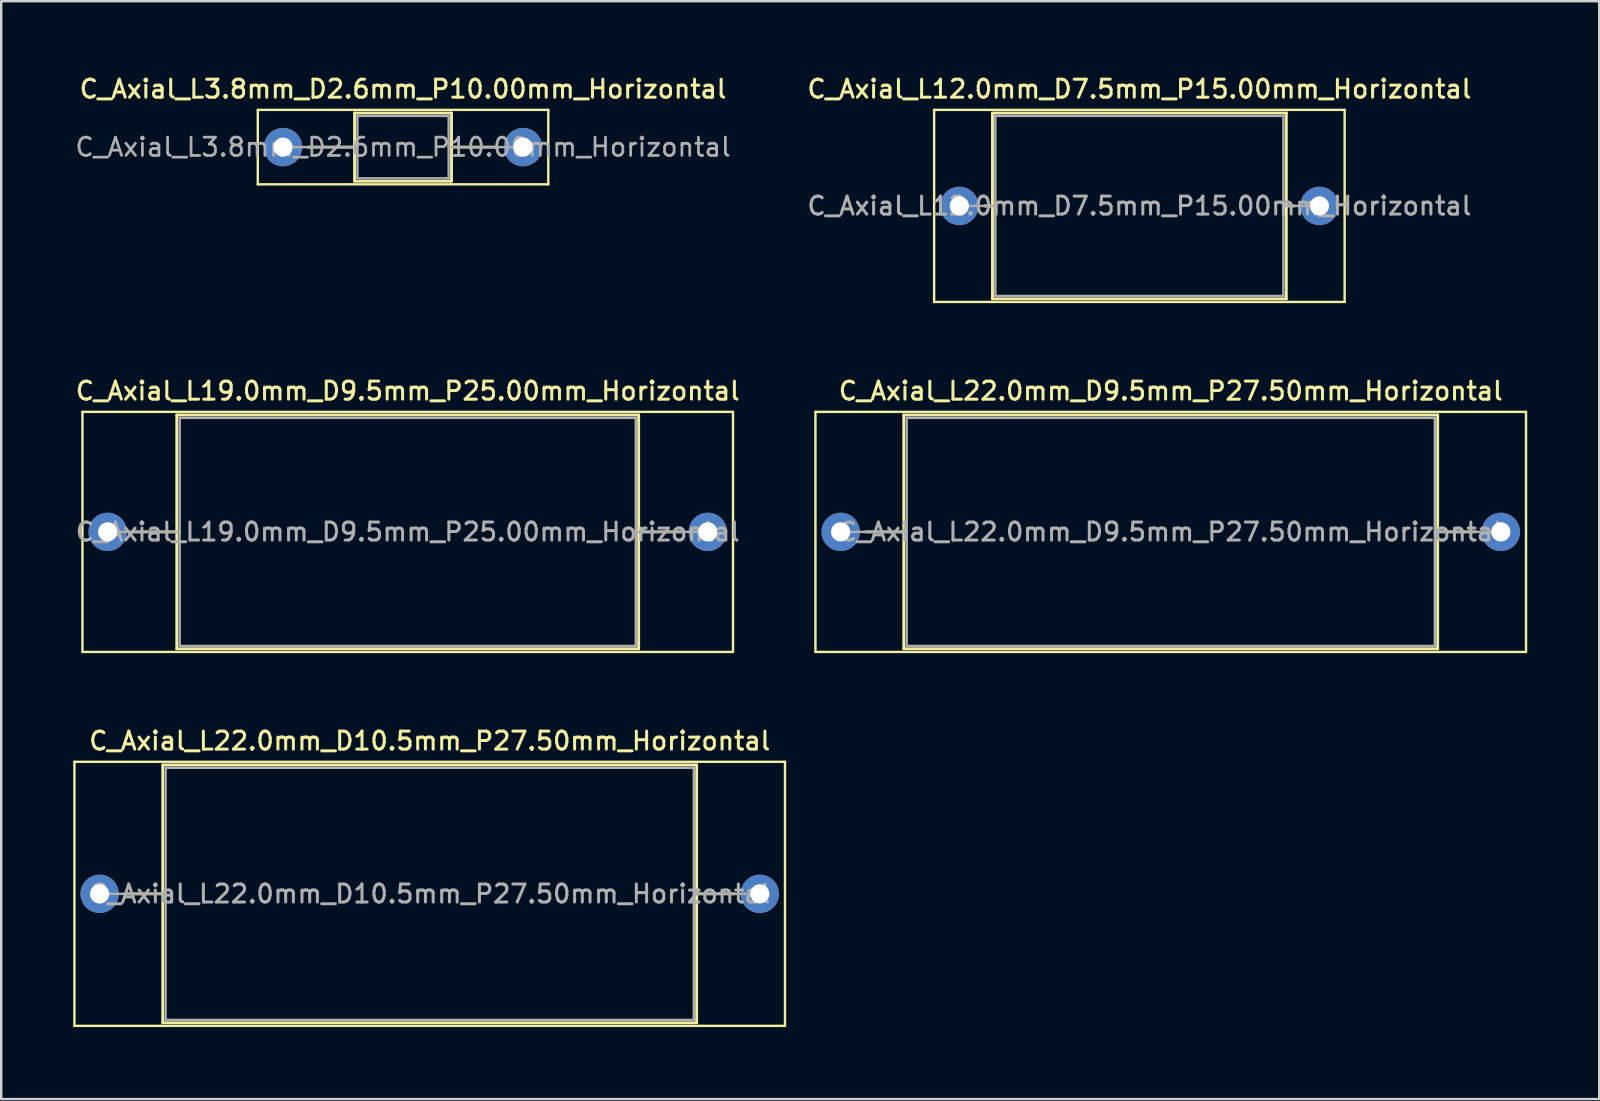
<source format=kicad_pcb>
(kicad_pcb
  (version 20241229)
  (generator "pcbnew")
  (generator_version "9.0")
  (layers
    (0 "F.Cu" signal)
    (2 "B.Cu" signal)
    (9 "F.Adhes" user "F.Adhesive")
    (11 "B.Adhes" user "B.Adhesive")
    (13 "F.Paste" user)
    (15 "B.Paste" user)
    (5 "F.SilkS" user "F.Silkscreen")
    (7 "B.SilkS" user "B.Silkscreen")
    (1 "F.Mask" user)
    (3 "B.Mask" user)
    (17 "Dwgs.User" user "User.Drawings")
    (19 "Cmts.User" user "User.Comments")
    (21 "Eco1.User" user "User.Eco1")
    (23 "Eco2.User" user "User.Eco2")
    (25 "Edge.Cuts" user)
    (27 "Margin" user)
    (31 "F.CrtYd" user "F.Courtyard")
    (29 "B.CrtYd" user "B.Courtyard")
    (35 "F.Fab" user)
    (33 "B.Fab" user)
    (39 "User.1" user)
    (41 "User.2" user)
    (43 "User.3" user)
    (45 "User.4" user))
  (footprint "C_Axial_L12.0mm_D7.5mm_P15.00mm_Horizontal"
    (layer "F.Cu")
    (at 36.912 5.528)
    (property "Reference" "C_Axial_L12.0mm_D7.5mm_P15.00mm_Horizontal" (at 7.5 -4.87 0) (layer "F.SilkS") (effects (font (size 0.75 0.75) (thickness 0.125))))
    (attr through_hole)
    (fp_line (start -1.05 -4) (end -1.05 4) (stroke (width 0.1) (type solid)) (layer "F.SilkS"))
    (fp_line (start -1.05 4) (end 16.05 4) (stroke (width 0.1) (type solid)) (layer "F.SilkS"))
    (fp_line (start 1.04 0) (end 1.38 0) (stroke (width 0.12) (type solid)) (layer "F.SilkS"))
    (fp_line (start 1.38 -3.87) (end 1.38 3.87) (stroke (width 0.12) (type solid)) (layer "F.SilkS"))
    (fp_line (start 1.38 3.87) (end 13.62 3.87) (stroke (width 0.12) (type solid)) (layer "F.SilkS"))
    (fp_line (start 13.62 -3.87) (end 1.38 -3.87) (stroke (width 0.12) (type solid)) (layer "F.SilkS"))
    (fp_line (start 13.62 3.87) (end 13.62 -3.87) (stroke (width 0.12) (type solid)) (layer "F.SilkS"))
    (fp_line (start 13.96 0) (end 13.62 0) (stroke (width 0.12) (type solid)) (layer "F.SilkS"))
    (fp_line (start 16.05 -4) (end -1.05 -4) (stroke (width 0.1) (type solid)) (layer "F.SilkS"))
    (fp_line (start 16.05 4) (end 16.05 -4) (stroke (width 0.1) (type solid)) (layer "F.SilkS"))
    (fp_line (start 0 0) (end 1.5 0) (stroke (width 0.1) (type solid)) (layer "F.Fab"))
    (fp_line (start 1.5 -3.75) (end 1.5 3.75) (stroke (width 0.1) (type solid)) (layer "F.Fab"))
    (fp_line (start 1.5 3.75) (end 13.5 3.75) (stroke (width 0.1) (type solid)) (layer "F.Fab"))
    (fp_line (start 13.5 -3.75) (end 1.5 -3.75) (stroke (width 0.1) (type solid)) (layer "F.Fab"))
    (fp_line (start 13.5 3.75) (end 13.5 -3.75) (stroke (width 0.1) (type solid)) (layer "F.Fab"))
    (fp_line (start 15 0) (end 13.5 0) (stroke (width 0.1) (type solid)) (layer "F.Fab"))
    (fp_text user "${REFERENCE}" (at 7.5 0 0) (layer "F.Fab") (effects (font (size 0.75 0.75) (thickness 0.125))))
    (pad "1" thru_hole circle (at 0 0) (size 1.6 1.6) (drill 0.8) (layers "*.Cu" "*.Mask"))
    (pad "2" thru_hole oval (at 15 0) (size 1.6 1.6) (drill 0.8) (layers "*.Cu" "*.Mask")))
  (footprint "C_Axial_L3.8mm_D2.6mm_P10.00mm_Horizontal"
    (layer "F.Cu")
    (at 8.739 3.078)
    (property "Reference" "C_Axial_L3.8mm_D2.6mm_P10.00mm_Horizontal" (at 5 -2.42 0) (layer "F.SilkS") (effects (font (size 0.75 0.75) (thickness 0.125))))
    (attr through_hole)
    (fp_line (start -1.05 -1.55) (end -1.05 1.55) (stroke (width 0.1) (type solid)) (layer "F.SilkS"))
    (fp_line (start -1.05 1.55) (end 11.05 1.55) (stroke (width 0.1) (type solid)) (layer "F.SilkS"))
    (fp_line (start 1.04 0) (end 2.98 0) (stroke (width 0.12) (type solid)) (layer "F.SilkS"))
    (fp_line (start 2.98 -1.42) (end 2.98 1.42) (stroke (width 0.12) (type solid)) (layer "F.SilkS"))
    (fp_line (start 2.98 1.42) (end 7.02 1.42) (stroke (width 0.12) (type solid)) (layer "F.SilkS"))
    (fp_line (start 7.02 -1.42) (end 2.98 -1.42) (stroke (width 0.12) (type solid)) (layer "F.SilkS"))
    (fp_line (start 7.02 1.42) (end 7.02 -1.42) (stroke (width 0.12) (type solid)) (layer "F.SilkS"))
    (fp_line (start 8.96 0) (end 7.02 0) (stroke (width 0.12) (type solid)) (layer "F.SilkS"))
    (fp_line (start 11.05 -1.55) (end -1.05 -1.55) (stroke (width 0.1) (type solid)) (layer "F.SilkS"))
    (fp_line (start 11.05 1.55) (end 11.05 -1.55) (stroke (width 0.1) (type solid)) (layer "F.SilkS"))
    (fp_line (start 0 0) (end 3.1 0) (stroke (width 0.1) (type solid)) (layer "F.Fab"))
    (fp_line (start 3.1 -1.3) (end 3.1 1.3) (stroke (width 0.1) (type solid)) (layer "F.Fab"))
    (fp_line (start 3.1 1.3) (end 6.9 1.3) (stroke (width 0.1) (type solid)) (layer "F.Fab"))
    (fp_line (start 6.9 -1.3) (end 3.1 -1.3) (stroke (width 0.1) (type solid)) (layer "F.Fab"))
    (fp_line (start 6.9 1.3) (end 6.9 -1.3) (stroke (width 0.1) (type solid)) (layer "F.Fab"))
    (fp_line (start 10 0) (end 6.9 0) (stroke (width 0.1) (type solid)) (layer "F.Fab"))
    (fp_text user "${REFERENCE}" (at 5 0 0) (layer "F.Fab") (effects (font (size 0.76 0.76) (thickness 0.114))))
    (pad "1" thru_hole circle (at 0 0) (size 1.6 1.6) (drill 0.8) (layers "*.Cu" "*.Mask"))
    (pad "2" thru_hole oval (at 10 0) (size 1.6 1.6) (drill 0.8) (layers "*.Cu" "*.Mask")))
  (footprint "C_Axial_L22.0mm_D9.5mm_P27.50mm_Horizontal"
    (layer "F.Cu")
    (at 31.968 19.106)
    (property "Reference" "C_Axial_L22.0mm_D9.5mm_P27.50mm_Horizontal" (at 13.75 -5.87 0) (layer "F.SilkS") (effects (font (size 0.75 0.75) (thickness 0.125))))
    (attr through_hole)
    (fp_line (start -1.05 -5) (end -1.05 5) (stroke (width 0.1) (type solid)) (layer "F.SilkS"))
    (fp_line (start -1.05 5) (end 28.55 5) (stroke (width 0.1) (type solid)) (layer "F.SilkS"))
    (fp_line (start 1.04 0) (end 2.63 0) (stroke (width 0.12) (type solid)) (layer "F.SilkS"))
    (fp_line (start 2.63 -4.87) (end 2.63 4.87) (stroke (width 0.12) (type solid)) (layer "F.SilkS"))
    (fp_line (start 2.63 4.87) (end 24.87 4.87) (stroke (width 0.12) (type solid)) (layer "F.SilkS"))
    (fp_line (start 24.87 -4.87) (end 2.63 -4.87) (stroke (width 0.12) (type solid)) (layer "F.SilkS"))
    (fp_line (start 24.87 4.87) (end 24.87 -4.87) (stroke (width 0.12) (type solid)) (layer "F.SilkS"))
    (fp_line (start 26.46 0) (end 24.87 0) (stroke (width 0.12) (type solid)) (layer "F.SilkS"))
    (fp_line (start 28.55 -5) (end -1.05 -5) (stroke (width 0.1) (type solid)) (layer "F.SilkS"))
    (fp_line (start 28.55 5) (end 28.55 -5) (stroke (width 0.1) (type solid)) (layer "F.SilkS"))
    (fp_line (start 0 0) (end 2.75 0) (stroke (width 0.1) (type solid)) (layer "F.Fab"))
    (fp_line (start 2.75 -4.75) (end 2.75 4.75) (stroke (width 0.1) (type solid)) (layer "F.Fab"))
    (fp_line (start 2.75 4.75) (end 24.75 4.75) (stroke (width 0.1) (type solid)) (layer "F.Fab"))
    (fp_line (start 24.75 -4.75) (end 2.75 -4.75) (stroke (width 0.1) (type solid)) (layer "F.Fab"))
    (fp_line (start 24.75 4.75) (end 24.75 -4.75) (stroke (width 0.1) (type solid)) (layer "F.Fab"))
    (fp_line (start 27.5 0) (end 24.75 0) (stroke (width 0.1) (type solid)) (layer "F.Fab"))
    (fp_text user "${REFERENCE}" (at 13.75 0 0) (layer "F.Fab") (effects (font (size 0.75 0.75) (thickness 0.125))))
    (pad "1" thru_hole circle (at 0 0) (size 1.6 1.6) (drill 0.8) (layers "*.Cu" "*.Mask"))
    (pad "2" thru_hole oval (at 27.5 0) (size 1.6 1.6) (drill 0.8) (layers "*.Cu" "*.Mask")))
  (footprint "C_Axial_L22.0mm_D10.5mm_P27.50mm_Horizontal"
    (layer "F.Cu")
    (at 1.1 34.184)
    (property "Reference" "C_Axial_L22.0mm_D10.5mm_P27.50mm_Horizontal" (at 13.75 -6.37 0) (layer "F.SilkS") (effects (font (size 0.75 0.75) (thickness 0.125))))
    (attr through_hole)
    (fp_line (start -1.05 -5.5) (end -1.05 5.5) (stroke (width 0.1) (type solid)) (layer "F.SilkS"))
    (fp_line (start -1.05 5.5) (end 28.55 5.5) (stroke (width 0.1) (type solid)) (layer "F.SilkS"))
    (fp_line (start 1.04 0) (end 2.63 0) (stroke (width 0.12) (type solid)) (layer "F.SilkS"))
    (fp_line (start 2.63 -5.37) (end 2.63 5.37) (stroke (width 0.12) (type solid)) (layer "F.SilkS"))
    (fp_line (start 2.63 5.37) (end 24.87 5.37) (stroke (width 0.12) (type solid)) (layer "F.SilkS"))
    (fp_line (start 24.87 -5.37) (end 2.63 -5.37) (stroke (width 0.12) (type solid)) (layer "F.SilkS"))
    (fp_line (start 24.87 5.37) (end 24.87 -5.37) (stroke (width 0.12) (type solid)) (layer "F.SilkS"))
    (fp_line (start 26.46 0) (end 24.87 0) (stroke (width 0.12) (type solid)) (layer "F.SilkS"))
    (fp_line (start 28.55 -5.5) (end -1.05 -5.5) (stroke (width 0.1) (type solid)) (layer "F.SilkS"))
    (fp_line (start 28.55 5.5) (end 28.55 -5.5) (stroke (width 0.1) (type solid)) (layer "F.SilkS"))
    (fp_line (start 0 0) (end 2.75 0) (stroke (width 0.1) (type solid)) (layer "F.Fab"))
    (fp_line (start 2.75 -5.25) (end 2.75 5.25) (stroke (width 0.1) (type solid)) (layer "F.Fab"))
    (fp_line (start 2.75 5.25) (end 24.75 5.25) (stroke (width 0.1) (type solid)) (layer "F.Fab"))
    (fp_line (start 24.75 -5.25) (end 2.75 -5.25) (stroke (width 0.1) (type solid)) (layer "F.Fab"))
    (fp_line (start 24.75 5.25) (end 24.75 -5.25) (stroke (width 0.1) (type solid)) (layer "F.Fab"))
    (fp_line (start 27.5 0) (end 24.75 0) (stroke (width 0.1) (type solid)) (layer "F.Fab"))
    (fp_text user "${REFERENCE}" (at 13.75 0 0) (layer "F.Fab") (effects (font (size 0.75 0.75) (thickness 0.125))))
    (pad "1" thru_hole circle (at 0 0) (size 1.6 1.6) (drill 0.8) (layers "*.Cu" "*.Mask"))
    (pad "2" thru_hole oval (at 27.5 0) (size 1.6 1.6) (drill 0.8) (layers "*.Cu" "*.Mask")))
  (footprint "C_Axial_L19.0mm_D9.5mm_P25.00mm_Horizontal"
    (layer "F.Cu")
    (at 1.434 19.106)
    (property "Reference" "C_Axial_L19.0mm_D9.5mm_P25.00mm_Horizontal" (at 12.5 -5.87 0) (layer "F.SilkS") (effects (font (size 0.75 0.75) (thickness 0.125))))
    (attr through_hole)
    (fp_line (start -1.05 -5) (end -1.05 5) (stroke (width 0.1) (type solid)) (layer "F.SilkS"))
    (fp_line (start -1.05 5) (end 26.05 5) (stroke (width 0.1) (type solid)) (layer "F.SilkS"))
    (fp_line (start 1.04 0) (end 2.88 0) (stroke (width 0.12) (type solid)) (layer "F.SilkS"))
    (fp_line (start 2.88 -4.87) (end 2.88 4.87) (stroke (width 0.12) (type solid)) (layer "F.SilkS"))
    (fp_line (start 2.88 4.87) (end 22.12 4.87) (stroke (width 0.12) (type solid)) (layer "F.SilkS"))
    (fp_line (start 22.12 -4.87) (end 2.88 -4.87) (stroke (width 0.12) (type solid)) (layer "F.SilkS"))
    (fp_line (start 22.12 4.87) (end 22.12 -4.87) (stroke (width 0.12) (type solid)) (layer "F.SilkS"))
    (fp_line (start 23.96 0) (end 22.12 0) (stroke (width 0.12) (type solid)) (layer "F.SilkS"))
    (fp_line (start 26.05 -5) (end -1.05 -5) (stroke (width 0.1) (type solid)) (layer "F.SilkS"))
    (fp_line (start 26.05 5) (end 26.05 -5) (stroke (width 0.1) (type solid)) (layer "F.SilkS"))
    (fp_line (start 0 0) (end 3 0) (stroke (width 0.1) (type solid)) (layer "F.Fab"))
    (fp_line (start 3 -4.75) (end 3 4.75) (stroke (width 0.1) (type solid)) (layer "F.Fab"))
    (fp_line (start 3 4.75) (end 22 4.75) (stroke (width 0.1) (type solid)) (layer "F.Fab"))
    (fp_line (start 22 -4.75) (end 3 -4.75) (stroke (width 0.1) (type solid)) (layer "F.Fab"))
    (fp_line (start 22 4.75) (end 22 -4.75) (stroke (width 0.1) (type solid)) (layer "F.Fab"))
    (fp_line (start 25 0) (end 22 0) (stroke (width 0.1) (type solid)) (layer "F.Fab"))
    (fp_text user "${REFERENCE}" (at 12.5 0 0) (layer "F.Fab") (effects (font (size 0.75 0.75) (thickness 0.125))))
    (pad "1" thru_hole circle (at 0 0) (size 1.6 1.6) (drill 0.8) (layers "*.Cu" "*.Mask"))
    (pad "2" thru_hole oval (at 25 0) (size 1.6 1.6) (drill 0.8) (layers "*.Cu" "*.Mask")))
  (gr_rect
    (start -3 -3)
    (end 63.568 42.734)
    (stroke (width 0.1) (type default))
    (fill no)
    (layer "Edge.Cuts")))
</source>
